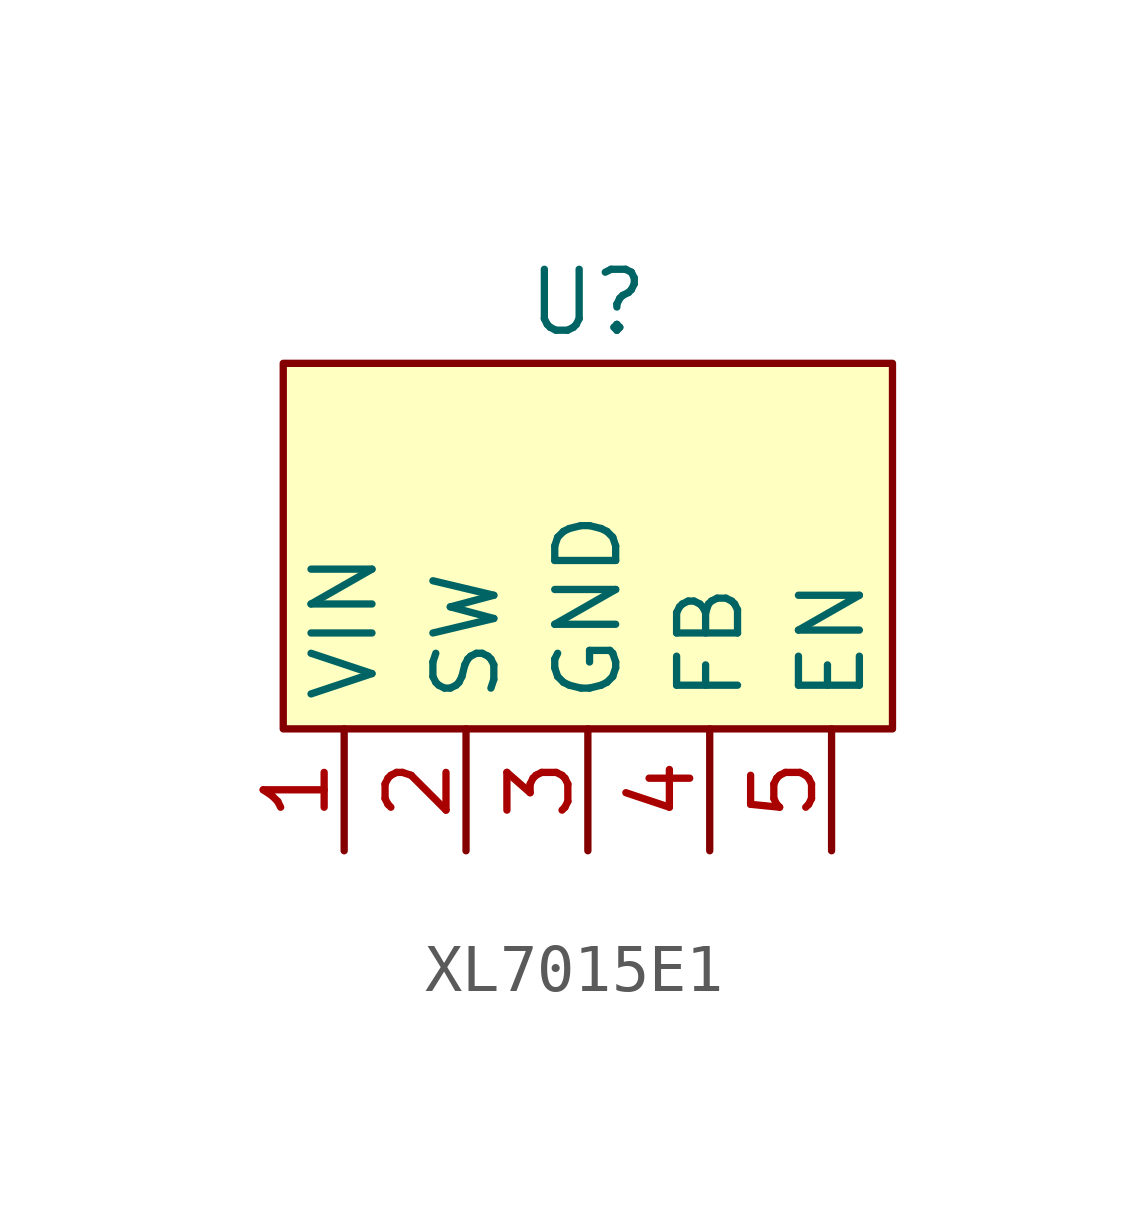
<source format=kicad_sym>
(kicad_symbol_lib
  (version 20220914)
  (generator kicad_symbol_editor)
  (symbol "XL7015E1"
    (property "Reference" "U"
      (at 1.27 5.08 0)
      (effects (font (size 1.27 1.27))))
    (property "Value" ""
      (at 0 0 0)
      (effects (font (size 1.27 1.27))))
    (symbol "XL7015E1_1_1"
      (rectangle (start -5.08 3.81) (end 7.62 -3.81) (stroke (width 0) (type default)) (fill (type background)))
      (pin power_in line (at -3.81 -6.35 90) (length 2.54) (name "VIN" (effects (font (size 1.27 1.27)))) (number "1" (effects (font (size 1.27 1.27)))))
      (pin power_out line (at -1.27 -6.35 90) (length 2.54) (name "SW" (effects (font (size 1.27 1.27)))) (number "2" (effects (font (size 1.27 1.27)))))
      (pin power_in line (at 1.27 -6.35 90) (length 2.54) (name "GND" (effects (font (size 1.27 1.27)))) (number "3" (effects (font (size 1.27 1.27)))))
      (pin input line (at 3.81 -6.35 90) (length 2.54) (name "FB" (effects (font (size 1.27 1.27)))) (number "4" (effects (font (size 1.27 1.27)))))
      (pin input line (at 6.35 -6.35 90) (length 2.54) (name "EN" (effects (font (size 1.27 1.27)))) (number "5" (effects (font (size 1.27 1.27))))))))
</source>
